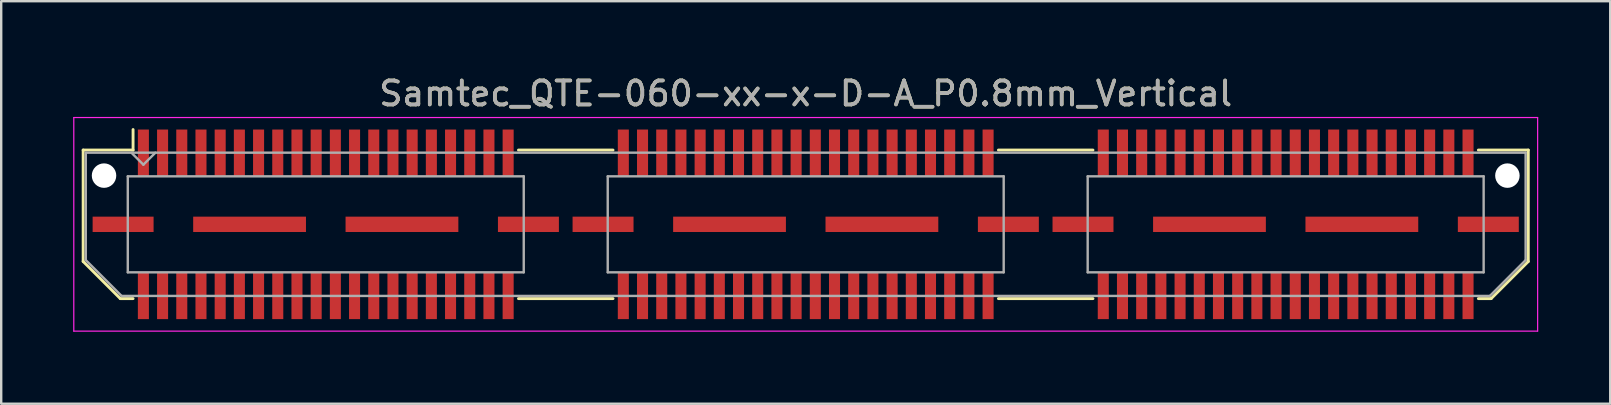
<source format=kicad_pcb>
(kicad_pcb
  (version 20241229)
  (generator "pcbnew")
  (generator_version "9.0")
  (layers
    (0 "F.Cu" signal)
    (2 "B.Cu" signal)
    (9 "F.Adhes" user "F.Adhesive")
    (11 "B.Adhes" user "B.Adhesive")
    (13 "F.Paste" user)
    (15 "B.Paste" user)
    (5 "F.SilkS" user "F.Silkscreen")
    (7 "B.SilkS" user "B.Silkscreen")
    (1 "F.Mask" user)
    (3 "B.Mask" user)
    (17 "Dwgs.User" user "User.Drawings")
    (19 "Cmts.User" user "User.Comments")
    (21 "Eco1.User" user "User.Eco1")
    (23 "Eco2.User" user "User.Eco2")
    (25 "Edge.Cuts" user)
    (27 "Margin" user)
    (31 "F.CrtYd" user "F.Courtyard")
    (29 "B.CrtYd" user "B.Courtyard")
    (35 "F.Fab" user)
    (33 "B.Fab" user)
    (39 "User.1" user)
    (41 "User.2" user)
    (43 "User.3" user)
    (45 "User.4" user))
  (footprint "Samtec_QTE-060-xx-x-D-A_P0.8mm_Vertical"
    (layer "F.Cu")
    (at 30.525 6.298)
    (property "Reference" "Samtec_QTE-060-xx-x-D-A_P0.8mm_Vertical" (at 0 -5.45 0) (layer "F.SilkS") (effects (font (size 1 1) (thickness 0.15))))
    (attr smd)
    (fp_line (start -30.11 -3.095) (end -30.11 1.548) (stroke (width 0.12) (type solid)) (layer "F.SilkS"))
    (fp_line (start -30.11 1.548) (end -28.562 3.095) (stroke (width 0.12) (type solid)) (layer "F.SilkS"))
    (fp_line (start -28.562 3.095) (end -28.03 3.095) (stroke (width 0.12) (type solid)) (layer "F.SilkS"))
    (fp_line (start -28.03 -3.95) (end -28.03 -3.095) (stroke (width 0.12) (type solid)) (layer "F.SilkS"))
    (fp_line (start -28.03 -3.095) (end -30.11 -3.095) (stroke (width 0.12) (type solid)) (layer "F.SilkS"))
    (fp_line (start -11.97 -3.095) (end -8.03 -3.095) (stroke (width 0.12) (type solid)) (layer "F.SilkS"))
    (fp_line (start -11.97 3.095) (end -8.03 3.095) (stroke (width 0.12) (type solid)) (layer "F.SilkS"))
    (fp_line (start 8.03 -3.095) (end 11.97 -3.095) (stroke (width 0.12) (type solid)) (layer "F.SilkS"))
    (fp_line (start 8.03 3.095) (end 11.97 3.095) (stroke (width 0.12) (type solid)) (layer "F.SilkS"))
    (fp_line (start 28.03 -3.095) (end 30.11 -3.095) (stroke (width 0.12) (type solid)) (layer "F.SilkS"))
    (fp_line (start 28.562 3.095) (end 28.03 3.095) (stroke (width 0.12) (type solid)) (layer "F.SilkS"))
    (fp_line (start 30.11 -3.095) (end 30.11 1.548) (stroke (width 0.12) (type solid)) (layer "F.SilkS"))
    (fp_line (start 30.11 1.548) (end 28.562 3.095) (stroke (width 0.12) (type solid)) (layer "F.SilkS"))
    (fp_line (start -30.5 -4.45) (end -30.5 4.45) (stroke (width 0.05) (type solid)) (layer "F.CrtYd"))
    (fp_line (start -30.5 4.45) (end 30.5 4.45) (stroke (width 0.05) (type solid)) (layer "F.CrtYd"))
    (fp_line (start 30.5 -4.45) (end -30.5 -4.45) (stroke (width 0.05) (type solid)) (layer "F.CrtYd"))
    (fp_line (start 30.5 4.45) (end 30.5 -4.45) (stroke (width 0.05) (type solid)) (layer "F.CrtYd"))
    (fp_line (start -30 -2.985) (end -30 1.492) (stroke (width 0.1) (type solid)) (layer "F.Fab"))
    (fp_line (start -30 -2.985) (end 30 -2.985) (stroke (width 0.1) (type solid)) (layer "F.Fab"))
    (fp_line (start -30 1.492) (end -28.508 2.985) (stroke (width 0.1) (type solid)) (layer "F.Fab"))
    (fp_line (start -28.508 2.985) (end 28.508 2.985) (stroke (width 0.1) (type solid)) (layer "F.Fab"))
    (fp_line (start -28.25 -2) (end -28.25 2) (stroke (width 0.1) (type solid)) (layer "F.Fab"))
    (fp_line (start -28.25 2) (end -11.75 2) (stroke (width 0.1) (type solid)) (layer "F.Fab"))
    (fp_line (start -27.6 -2.485) (end -28.1 -2.985) (stroke (width 0.1) (type solid)) (layer "F.Fab"))
    (fp_line (start -27.1 -2.985) (end -27.6 -2.485) (stroke (width 0.1) (type solid)) (layer "F.Fab"))
    (fp_line (start -11.75 -2) (end -28.25 -2) (stroke (width 0.1) (type solid)) (layer "F.Fab"))
    (fp_line (start -11.75 2) (end -11.75 -2) (stroke (width 0.1) (type solid)) (layer "F.Fab"))
    (fp_line (start -8.25 -2) (end -8.25 2) (stroke (width 0.1) (type solid)) (layer "F.Fab"))
    (fp_line (start -8.25 2) (end 8.25 2) (stroke (width 0.1) (type solid)) (layer "F.Fab"))
    (fp_line (start 8.25 -2) (end -8.25 -2) (stroke (width 0.1) (type solid)) (layer "F.Fab"))
    (fp_line (start 8.25 2) (end 8.25 -2) (stroke (width 0.1) (type solid)) (layer "F.Fab"))
    (fp_line (start 11.75 -2) (end 11.75 2) (stroke (width 0.1) (type solid)) (layer "F.Fab"))
    (fp_line (start 11.75 2) (end 28.25 2) (stroke (width 0.1) (type solid)) (layer "F.Fab"))
    (fp_line (start 28.25 -2) (end 11.75 -2) (stroke (width 0.1) (type solid)) (layer "F.Fab"))
    (fp_line (start 28.25 2) (end 28.25 -2) (stroke (width 0.1) (type solid)) (layer "F.Fab"))
    (fp_line (start 30 -2.985) (end 30 1.492) (stroke (width 0.1) (type solid)) (layer "F.Fab"))
    (fp_line (start 30 1.492) (end 28.508 2.985) (stroke (width 0.1) (type solid)) (layer "F.Fab"))
    (fp_text user "${REFERENCE}" (at 0 -5.45 0) (layer "F.Fab") (effects (font (size 1 1) (thickness 0.15))))
    (pad "" np_thru_hole circle (at -29.24 -2.03) (size 1.02 1.02) (drill 1.02) (layers "*.Cu" "*.Mask"))
    (pad "" np_thru_hole circle (at 29.24 -2.03) (size 1.02 1.02) (drill 1.02) (layers "*.Cu" "*.Mask"))
    (pad "1" smd rect (at -27.6 -2.98) (size 0.46 1.94) (layers "F.Cu" "F.Mask" "F.Paste"))
    (pad "2" smd rect (at -27.6 2.98) (size 0.46 1.94) (layers "F.Cu" "F.Mask" "F.Paste"))
    (pad "3" smd rect (at -26.8 -2.98) (size 0.46 1.94) (layers "F.Cu" "F.Mask" "F.Paste"))
    (pad "4" smd rect (at -26.8 2.98) (size 0.46 1.94) (layers "F.Cu" "F.Mask" "F.Paste"))
    (pad "5" smd rect (at -26 -2.98) (size 0.46 1.94) (layers "F.Cu" "F.Mask" "F.Paste"))
    (pad "6" smd rect (at -26 2.98) (size 0.46 1.94) (layers "F.Cu" "F.Mask" "F.Paste"))
    (pad "7" smd rect (at -25.2 -2.98) (size 0.46 1.94) (layers "F.Cu" "F.Mask" "F.Paste"))
    (pad "8" smd rect (at -25.2 2.98) (size 0.46 1.94) (layers "F.Cu" "F.Mask" "F.Paste"))
    (pad "9" smd rect (at -24.4 -2.98) (size 0.46 1.94) (layers "F.Cu" "F.Mask" "F.Paste"))
    (pad "10" smd rect (at -24.4 2.98) (size 0.46 1.94) (layers "F.Cu" "F.Mask" "F.Paste"))
    (pad "11" smd rect (at -23.6 -2.98) (size 0.46 1.94) (layers "F.Cu" "F.Mask" "F.Paste"))
    (pad "12" smd rect (at -23.6 2.98) (size 0.46 1.94) (layers "F.Cu" "F.Mask" "F.Paste"))
    (pad "13" smd rect (at -22.8 -2.98) (size 0.46 1.94) (layers "F.Cu" "F.Mask" "F.Paste"))
    (pad "14" smd rect (at -22.8 2.98) (size 0.46 1.94) (layers "F.Cu" "F.Mask" "F.Paste"))
    (pad "15" smd rect (at -22 -2.98) (size 0.46 1.94) (layers "F.Cu" "F.Mask" "F.Paste"))
    (pad "16" smd rect (at -22 2.98) (size 0.46 1.94) (layers "F.Cu" "F.Mask" "F.Paste"))
    (pad "17" smd rect (at -21.2 -2.98) (size 0.46 1.94) (layers "F.Cu" "F.Mask" "F.Paste"))
    (pad "18" smd rect (at -21.2 2.98) (size 0.46 1.94) (layers "F.Cu" "F.Mask" "F.Paste"))
    (pad "19" smd rect (at -20.4 -2.98) (size 0.46 1.94) (layers "F.Cu" "F.Mask" "F.Paste"))
    (pad "20" smd rect (at -20.4 2.98) (size 0.46 1.94) (layers "F.Cu" "F.Mask" "F.Paste"))
    (pad "21" smd rect (at -19.6 -2.98) (size 0.46 1.94) (layers "F.Cu" "F.Mask" "F.Paste"))
    (pad "22" smd rect (at -19.6 2.98) (size 0.46 1.94) (layers "F.Cu" "F.Mask" "F.Paste"))
    (pad "23" smd rect (at -18.8 -2.98) (size 0.46 1.94) (layers "F.Cu" "F.Mask" "F.Paste"))
    (pad "24" smd rect (at -18.8 2.98) (size 0.46 1.94) (layers "F.Cu" "F.Mask" "F.Paste"))
    (pad "25" smd rect (at -18 -2.98) (size 0.46 1.94) (layers "F.Cu" "F.Mask" "F.Paste"))
    (pad "26" smd rect (at -18 2.98) (size 0.46 1.94) (layers "F.Cu" "F.Mask" "F.Paste"))
    (pad "27" smd rect (at -17.2 -2.98) (size 0.46 1.94) (layers "F.Cu" "F.Mask" "F.Paste"))
    (pad "28" smd rect (at -17.2 2.98) (size 0.46 1.94) (layers "F.Cu" "F.Mask" "F.Paste"))
    (pad "29" smd rect (at -16.4 -2.98) (size 0.46 1.94) (layers "F.Cu" "F.Mask" "F.Paste"))
    (pad "30" smd rect (at -16.4 2.98) (size 0.46 1.94) (layers "F.Cu" "F.Mask" "F.Paste"))
    (pad "31" smd rect (at -15.6 -2.98) (size 0.46 1.94) (layers "F.Cu" "F.Mask" "F.Paste"))
    (pad "32" smd rect (at -15.6 2.98) (size 0.46 1.94) (layers "F.Cu" "F.Mask" "F.Paste"))
    (pad "33" smd rect (at -14.8 -2.98) (size 0.46 1.94) (layers "F.Cu" "F.Mask" "F.Paste"))
    (pad "34" smd rect (at -14.8 2.98) (size 0.46 1.94) (layers "F.Cu" "F.Mask" "F.Paste"))
    (pad "35" smd rect (at -14 -2.98) (size 0.46 1.94) (layers "F.Cu" "F.Mask" "F.Paste"))
    (pad "36" smd rect (at -14 2.98) (size 0.46 1.94) (layers "F.Cu" "F.Mask" "F.Paste"))
    (pad "37" smd rect (at -13.2 -2.98) (size 0.46 1.94) (layers "F.Cu" "F.Mask" "F.Paste"))
    (pad "38" smd rect (at -13.2 2.98) (size 0.46 1.94) (layers "F.Cu" "F.Mask" "F.Paste"))
    (pad "39" smd rect (at -12.4 -2.98) (size 0.46 1.94) (layers "F.Cu" "F.Mask" "F.Paste"))
    (pad "40" smd rect (at -12.4 2.98) (size 0.46 1.94) (layers "F.Cu" "F.Mask" "F.Paste"))
    (pad "41" smd rect (at -7.6 -2.98) (size 0.46 1.94) (layers "F.Cu" "F.Mask" "F.Paste"))
    (pad "42" smd rect (at -7.6 2.98) (size 0.46 1.94) (layers "F.Cu" "F.Mask" "F.Paste"))
    (pad "43" smd rect (at -6.8 -2.98) (size 0.46 1.94) (layers "F.Cu" "F.Mask" "F.Paste"))
    (pad "44" smd rect (at -6.8 2.98) (size 0.46 1.94) (layers "F.Cu" "F.Mask" "F.Paste"))
    (pad "45" smd rect (at -6 -2.98) (size 0.46 1.94) (layers "F.Cu" "F.Mask" "F.Paste"))
    (pad "46" smd rect (at -6 2.98) (size 0.46 1.94) (layers "F.Cu" "F.Mask" "F.Paste"))
    (pad "47" smd rect (at -5.2 -2.98) (size 0.46 1.94) (layers "F.Cu" "F.Mask" "F.Paste"))
    (pad "48" smd rect (at -5.2 2.98) (size 0.46 1.94) (layers "F.Cu" "F.Mask" "F.Paste"))
    (pad "49" smd rect (at -4.4 -2.98) (size 0.46 1.94) (layers "F.Cu" "F.Mask" "F.Paste"))
    (pad "50" smd rect (at -4.4 2.98) (size 0.46 1.94) (layers "F.Cu" "F.Mask" "F.Paste"))
    (pad "51" smd rect (at -3.6 -2.98) (size 0.46 1.94) (layers "F.Cu" "F.Mask" "F.Paste"))
    (pad "52" smd rect (at -3.6 2.98) (size 0.46 1.94) (layers "F.Cu" "F.Mask" "F.Paste"))
    (pad "53" smd rect (at -2.8 -2.98) (size 0.46 1.94) (layers "F.Cu" "F.Mask" "F.Paste"))
    (pad "54" smd rect (at -2.8 2.98) (size 0.46 1.94) (layers "F.Cu" "F.Mask" "F.Paste"))
    (pad "55" smd rect (at -2 -2.98) (size 0.46 1.94) (layers "F.Cu" "F.Mask" "F.Paste"))
    (pad "56" smd rect (at -2 2.98) (size 0.46 1.94) (layers "F.Cu" "F.Mask" "F.Paste"))
    (pad "57" smd rect (at -1.2 -2.98) (size 0.46 1.94) (layers "F.Cu" "F.Mask" "F.Paste"))
    (pad "58" smd rect (at -1.2 2.98) (size 0.46 1.94) (layers "F.Cu" "F.Mask" "F.Paste"))
    (pad "59" smd rect (at -0.4 -2.98) (size 0.46 1.94) (layers "F.Cu" "F.Mask" "F.Paste"))
    (pad "60" smd rect (at -0.4 2.98) (size 0.46 1.94) (layers "F.Cu" "F.Mask" "F.Paste"))
    (pad "61" smd rect (at 0.4 -2.98) (size 0.46 1.94) (layers "F.Cu" "F.Mask" "F.Paste"))
    (pad "62" smd rect (at 0.4 2.98) (size 0.46 1.94) (layers "F.Cu" "F.Mask" "F.Paste"))
    (pad "63" smd rect (at 1.2 -2.98) (size 0.46 1.94) (layers "F.Cu" "F.Mask" "F.Paste"))
    (pad "64" smd rect (at 1.2 2.98) (size 0.46 1.94) (layers "F.Cu" "F.Mask" "F.Paste"))
    (pad "65" smd rect (at 2 -2.98) (size 0.46 1.94) (layers "F.Cu" "F.Mask" "F.Paste"))
    (pad "66" smd rect (at 2 2.98) (size 0.46 1.94) (layers "F.Cu" "F.Mask" "F.Paste"))
    (pad "67" smd rect (at 2.8 -2.98) (size 0.46 1.94) (layers "F.Cu" "F.Mask" "F.Paste"))
    (pad "68" smd rect (at 2.8 2.98) (size 0.46 1.94) (layers "F.Cu" "F.Mask" "F.Paste"))
    (pad "69" smd rect (at 3.6 -2.98) (size 0.46 1.94) (layers "F.Cu" "F.Mask" "F.Paste"))
    (pad "70" smd rect (at 3.6 2.98) (size 0.46 1.94) (layers "F.Cu" "F.Mask" "F.Paste"))
    (pad "71" smd rect (at 4.4 -2.98) (size 0.46 1.94) (layers "F.Cu" "F.Mask" "F.Paste"))
    (pad "72" smd rect (at 4.4 2.98) (size 0.46 1.94) (layers "F.Cu" "F.Mask" "F.Paste"))
    (pad "73" smd rect (at 5.2 -2.98) (size 0.46 1.94) (layers "F.Cu" "F.Mask" "F.Paste"))
    (pad "74" smd rect (at 5.2 2.98) (size 0.46 1.94) (layers "F.Cu" "F.Mask" "F.Paste"))
    (pad "75" smd rect (at 6 -2.98) (size 0.46 1.94) (layers "F.Cu" "F.Mask" "F.Paste"))
    (pad "76" smd rect (at 6 2.98) (size 0.46 1.94) (layers "F.Cu" "F.Mask" "F.Paste"))
    (pad "77" smd rect (at 6.8 -2.98) (size 0.46 1.94) (layers "F.Cu" "F.Mask" "F.Paste"))
    (pad "78" smd rect (at 6.8 2.98) (size 0.46 1.94) (layers "F.Cu" "F.Mask" "F.Paste"))
    (pad "79" smd rect (at 7.6 -2.98) (size 0.46 1.94) (layers "F.Cu" "F.Mask" "F.Paste"))
    (pad "80" smd rect (at 7.6 2.98) (size 0.46 1.94) (layers "F.Cu" "F.Mask" "F.Paste"))
    (pad "81" smd rect (at 12.4 -2.98) (size 0.46 1.94) (layers "F.Cu" "F.Mask" "F.Paste"))
    (pad "82" smd rect (at 12.4 2.98) (size 0.46 1.94) (layers "F.Cu" "F.Mask" "F.Paste"))
    (pad "83" smd rect (at 13.2 -2.98) (size 0.46 1.94) (layers "F.Cu" "F.Mask" "F.Paste"))
    (pad "84" smd rect (at 13.2 2.98) (size 0.46 1.94) (layers "F.Cu" "F.Mask" "F.Paste"))
    (pad "85" smd rect (at 14 -2.98) (size 0.46 1.94) (layers "F.Cu" "F.Mask" "F.Paste"))
    (pad "86" smd rect (at 14 2.98) (size 0.46 1.94) (layers "F.Cu" "F.Mask" "F.Paste"))
    (pad "87" smd rect (at 14.8 -2.98) (size 0.46 1.94) (layers "F.Cu" "F.Mask" "F.Paste"))
    (pad "88" smd rect (at 14.8 2.98) (size 0.46 1.94) (layers "F.Cu" "F.Mask" "F.Paste"))
    (pad "89" smd rect (at 15.6 -2.98) (size 0.46 1.94) (layers "F.Cu" "F.Mask" "F.Paste"))
    (pad "90" smd rect (at 15.6 2.98) (size 0.46 1.94) (layers "F.Cu" "F.Mask" "F.Paste"))
    (pad "91" smd rect (at 16.4 -2.98) (size 0.46 1.94) (layers "F.Cu" "F.Mask" "F.Paste"))
    (pad "92" smd rect (at 16.4 2.98) (size 0.46 1.94) (layers "F.Cu" "F.Mask" "F.Paste"))
    (pad "93" smd rect (at 17.2 -2.98) (size 0.46 1.94) (layers "F.Cu" "F.Mask" "F.Paste"))
    (pad "94" smd rect (at 17.2 2.98) (size 0.46 1.94) (layers "F.Cu" "F.Mask" "F.Paste"))
    (pad "95" smd rect (at 18 -2.98) (size 0.46 1.94) (layers "F.Cu" "F.Mask" "F.Paste"))
    (pad "96" smd rect (at 18 2.98) (size 0.46 1.94) (layers "F.Cu" "F.Mask" "F.Paste"))
    (pad "97" smd rect (at 18.8 -2.98) (size 0.46 1.94) (layers "F.Cu" "F.Mask" "F.Paste"))
    (pad "98" smd rect (at 18.8 2.98) (size 0.46 1.94) (layers "F.Cu" "F.Mask" "F.Paste"))
    (pad "99" smd rect (at 19.6 -2.98) (size 0.46 1.94) (layers "F.Cu" "F.Mask" "F.Paste"))
    (pad "100" smd rect (at 19.6 2.98) (size 0.46 1.94) (layers "F.Cu" "F.Mask" "F.Paste"))
    (pad "101" smd rect (at 20.4 -2.98) (size 0.46 1.94) (layers "F.Cu" "F.Mask" "F.Paste"))
    (pad "102" smd rect (at 20.4 2.98) (size 0.46 1.94) (layers "F.Cu" "F.Mask" "F.Paste"))
    (pad "103" smd rect (at 21.2 -2.98) (size 0.46 1.94) (layers "F.Cu" "F.Mask" "F.Paste"))
    (pad "104" smd rect (at 21.2 2.98) (size 0.46 1.94) (layers "F.Cu" "F.Mask" "F.Paste"))
    (pad "105" smd rect (at 22 -2.98) (size 0.46 1.94) (layers "F.Cu" "F.Mask" "F.Paste"))
    (pad "106" smd rect (at 22 2.98) (size 0.46 1.94) (layers "F.Cu" "F.Mask" "F.Paste"))
    (pad "107" smd rect (at 22.8 -2.98) (size 0.46 1.94) (layers "F.Cu" "F.Mask" "F.Paste"))
    (pad "108" smd rect (at 22.8 2.98) (size 0.46 1.94) (layers "F.Cu" "F.Mask" "F.Paste"))
    (pad "109" smd rect (at 23.6 -2.98) (size 0.46 1.94) (layers "F.Cu" "F.Mask" "F.Paste"))
    (pad "110" smd rect (at 23.6 2.98) (size 0.46 1.94) (layers "F.Cu" "F.Mask" "F.Paste"))
    (pad "111" smd rect (at 24.4 -2.98) (size 0.46 1.94) (layers "F.Cu" "F.Mask" "F.Paste"))
    (pad "112" smd rect (at 24.4 2.98) (size 0.46 1.94) (layers "F.Cu" "F.Mask" "F.Paste"))
    (pad "113" smd rect (at 25.2 -2.98) (size 0.46 1.94) (layers "F.Cu" "F.Mask" "F.Paste"))
    (pad "114" smd rect (at 25.2 2.98) (size 0.46 1.94) (layers "F.Cu" "F.Mask" "F.Paste"))
    (pad "115" smd rect (at 26 -2.98) (size 0.46 1.94) (layers "F.Cu" "F.Mask" "F.Paste"))
    (pad "116" smd rect (at 26 2.98) (size 0.46 1.94) (layers "F.Cu" "F.Mask" "F.Paste"))
    (pad "117" smd rect (at 26.8 -2.98) (size 0.46 1.94) (layers "F.Cu" "F.Mask" "F.Paste"))
    (pad "118" smd rect (at 26.8 2.98) (size 0.46 1.94) (layers "F.Cu" "F.Mask" "F.Paste"))
    (pad "119" smd rect (at 27.6 -2.98) (size 0.46 1.94) (layers "F.Cu" "F.Mask" "F.Paste"))
    (pad "120" smd rect (at 27.6 2.98) (size 0.46 1.94) (layers "F.Cu" "F.Mask" "F.Paste"))
    (pad "P1" smd rect (at -28.445 0) (size 2.54 0.64) (layers "F.Cu" "F.Mask" "F.Paste"))
    (pad "P1" smd rect (at -23.175 0) (size 4.7 0.64) (layers "F.Cu" "F.Mask" "F.Paste"))
    (pad "P1" smd rect (at -16.825 0) (size 4.7 0.64) (layers "F.Cu" "F.Mask" "F.Paste"))
    (pad "P1" smd rect (at -11.555 0) (size 2.54 0.64) (layers "F.Cu" "F.Mask" "F.Paste"))
    (pad "P2" smd rect (at -8.445 0) (size 2.54 0.64) (layers "F.Cu" "F.Mask" "F.Paste"))
    (pad "P2" smd rect (at -3.175 0) (size 4.7 0.64) (layers "F.Cu" "F.Mask" "F.Paste"))
    (pad "P2" smd rect (at 3.175 0) (size 4.7 0.64) (layers "F.Cu" "F.Mask" "F.Paste"))
    (pad "P2" smd rect (at 8.445 0) (size 2.54 0.64) (layers "F.Cu" "F.Mask" "F.Paste"))
    (pad "P3" smd rect (at 11.555 0) (size 2.54 0.64) (layers "F.Cu" "F.Mask" "F.Paste"))
    (pad "P3" smd rect (at 16.825 0) (size 4.7 0.64) (layers "F.Cu" "F.Mask" "F.Paste"))
    (pad "P3" smd rect (at 23.175 0) (size 4.7 0.64) (layers "F.Cu" "F.Mask" "F.Paste"))
    (pad "P3" smd rect (at 28.445 0) (size 2.54 0.64) (layers "F.Cu" "F.Mask" "F.Paste")))
  (gr_rect
    (start -3 -3)
    (end 64.05 13.773)
    (stroke (width 0.1) (type default))
    (fill no)
    (layer "Edge.Cuts")))
</source>
